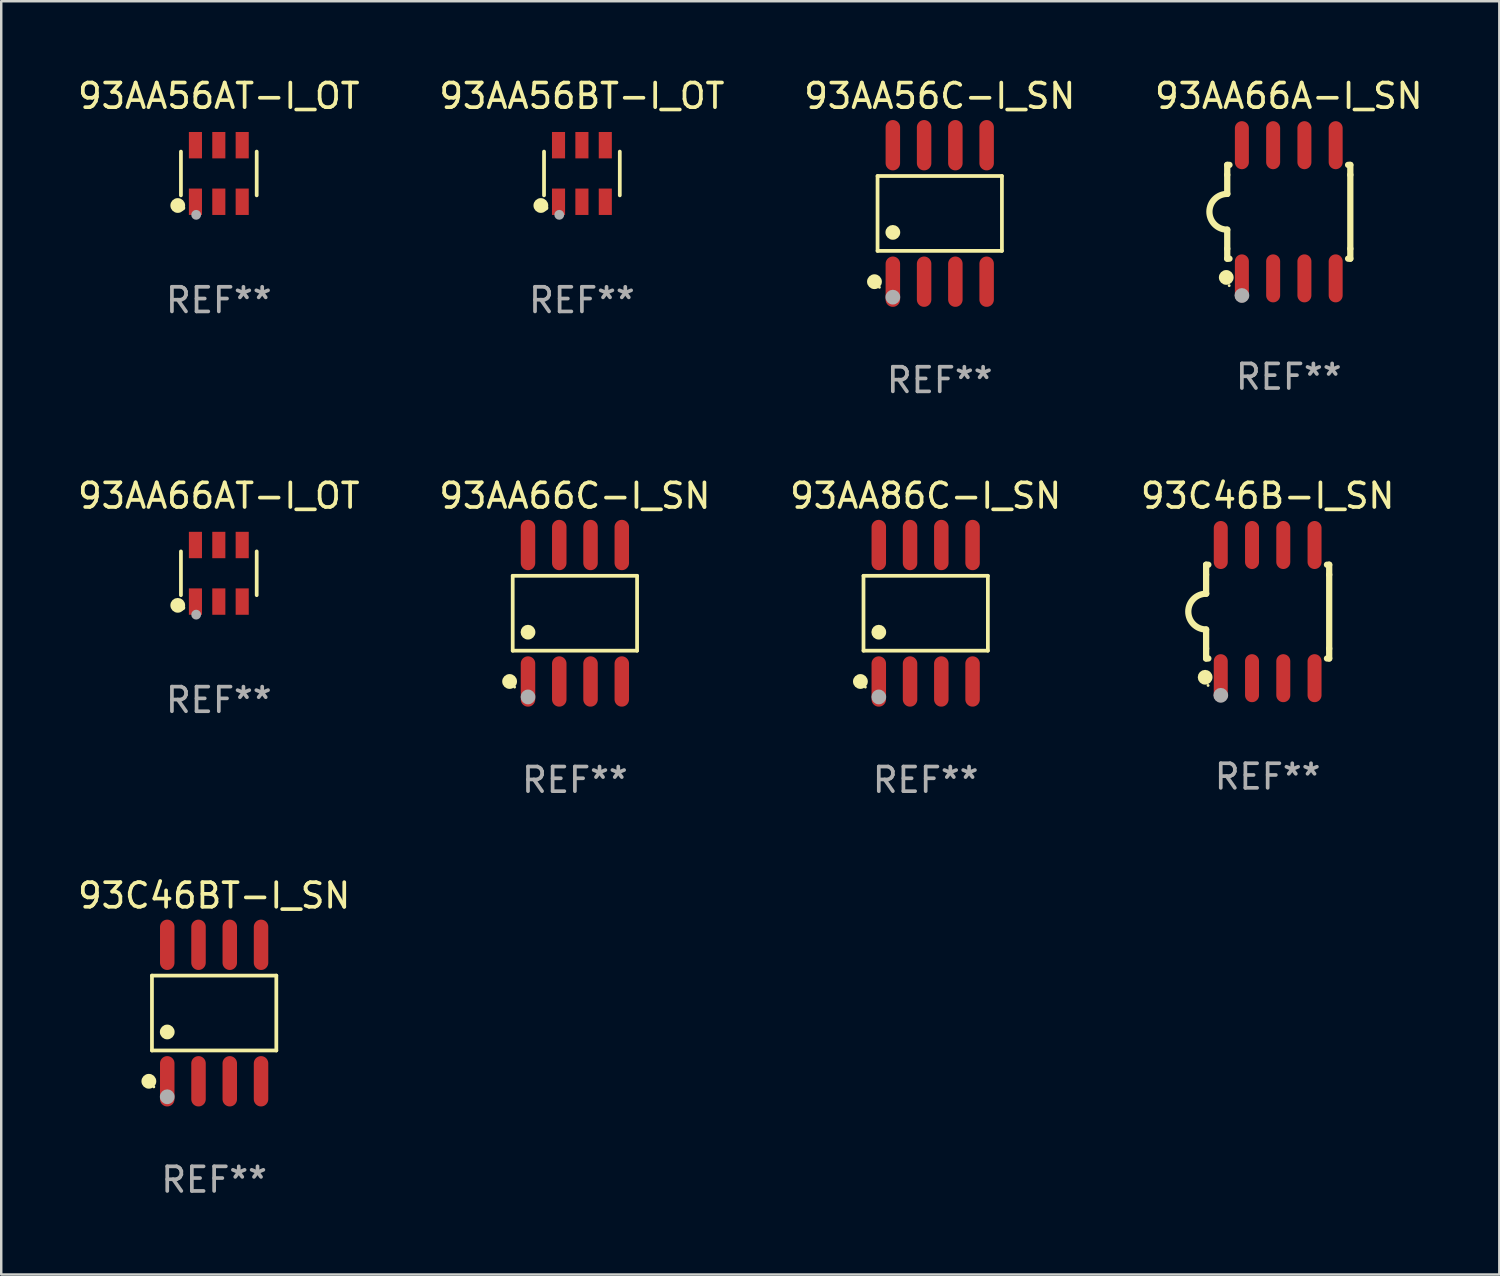
<source format=kicad_pcb>
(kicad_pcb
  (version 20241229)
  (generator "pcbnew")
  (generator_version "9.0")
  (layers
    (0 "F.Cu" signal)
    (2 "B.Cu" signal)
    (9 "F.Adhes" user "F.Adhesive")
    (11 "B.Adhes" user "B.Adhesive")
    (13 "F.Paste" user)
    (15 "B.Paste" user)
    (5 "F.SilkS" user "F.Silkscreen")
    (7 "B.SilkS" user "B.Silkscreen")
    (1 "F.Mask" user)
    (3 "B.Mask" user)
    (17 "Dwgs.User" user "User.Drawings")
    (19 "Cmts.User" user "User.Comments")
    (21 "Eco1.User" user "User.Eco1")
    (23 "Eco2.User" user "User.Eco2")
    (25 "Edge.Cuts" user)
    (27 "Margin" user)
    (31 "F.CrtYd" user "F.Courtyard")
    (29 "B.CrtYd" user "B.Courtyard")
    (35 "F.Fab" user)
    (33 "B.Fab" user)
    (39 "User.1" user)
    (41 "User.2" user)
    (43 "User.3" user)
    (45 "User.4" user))
  (footprint "93C46BT-I_SN"
    (layer "F.Cu")
    (at 5.649 38.103)
    (property "Reference" "93C46BT-I_SN" (at 0 -4.772 0) (layer "F.SilkS") (effects (font (size 1 1) (thickness 0.15))))
    (attr through_hole)
    (fp_line (start -2.526 -1.521) (end 2.526 -1.521) (stroke (width 0.152) (type solid)) (layer "F.SilkS"))
    (fp_line (start -2.526 1.521) (end -2.526 -1.521) (stroke (width 0.152) (type solid)) (layer "F.SilkS"))
    (fp_line (start 2.526 -1.521) (end 2.526 1.521) (stroke (width 0.152) (type solid)) (layer "F.SilkS"))
    (fp_line (start 2.526 1.521) (end -2.526 1.521) (stroke (width 0.152) (type solid)) (layer "F.SilkS"))
    (fp_circle (center -2.652 2.772) (end -2.501 2.772) (stroke (width 0.3) (type solid)) (fill no) (layer "F.SilkS"))
    (fp_circle (center -2.45 3) (end -2.42 3) (stroke (width 0.06) (type solid)) (fill no) (layer "F.SilkS"))
    (fp_circle (center -1.905 0.769) (end -1.755 0.769) (stroke (width 0.3) (type solid)) (fill no) (layer "F.SilkS"))
    (fp_circle (center -1.905 3.4) (end -1.755 3.4) (stroke (width 0.3) (type solid)) (fill no) (layer "F.Fab"))
    (fp_text user "REF**" (at 0 6.772 0) (layer "F.Fab") (effects (font (size 1 1) (thickness 0.15))))
    (pad "1" smd oval (at -1.905 2.772) (size 0.588 2.045) (layers "F.Cu" "F.Mask" "F.Paste"))
    (pad "2" smd oval (at -0.635 2.772) (size 0.588 2.045) (layers "F.Cu" "F.Mask" "F.Paste"))
    (pad "3" smd oval (at 0.635 2.772) (size 0.588 2.045) (layers "F.Cu" "F.Mask" "F.Paste"))
    (pad "4" smd oval (at 1.905 2.772) (size 0.588 2.045) (layers "F.Cu" "F.Mask" "F.Paste"))
    (pad "5" smd oval (at 1.905 -2.772) (size 0.588 2.045) (layers "F.Cu" "F.Mask" "F.Paste"))
    (pad "6" smd oval (at 0.635 -2.772) (size 0.588 2.045) (layers "F.Cu" "F.Mask" "F.Paste"))
    (pad "7" smd oval (at -0.635 -2.772) (size 0.588 2.045) (layers "F.Cu" "F.Mask" "F.Paste"))
    (pad "8" smd oval (at -1.905 -2.772) (size 0.588 2.045) (layers "F.Cu" "F.Mask" "F.Paste")))
  (footprint "93AA56C-I_SN"
    (layer "F.Cu")
    (at 35.125 5.621)
    (property "Reference" "93AA56C-I_SN" (at 0 -4.772 0) (layer "F.SilkS") (effects (font (size 1 1) (thickness 0.15))))
    (attr through_hole)
    (fp_line (start -2.526 -1.521) (end 2.526 -1.521) (stroke (width 0.152) (type solid)) (layer "F.SilkS"))
    (fp_line (start -2.526 1.521) (end -2.526 -1.521) (stroke (width 0.152) (type solid)) (layer "F.SilkS"))
    (fp_line (start 2.526 -1.521) (end 2.526 1.521) (stroke (width 0.152) (type solid)) (layer "F.SilkS"))
    (fp_line (start 2.526 1.521) (end -2.526 1.521) (stroke (width 0.152) (type solid)) (layer "F.SilkS"))
    (fp_circle (center -2.652 2.772) (end -2.501 2.772) (stroke (width 0.3) (type solid)) (fill no) (layer "F.SilkS"))
    (fp_circle (center -2.45 3) (end -2.42 3) (stroke (width 0.06) (type solid)) (fill no) (layer "F.SilkS"))
    (fp_circle (center -1.905 0.769) (end -1.755 0.769) (stroke (width 0.3) (type solid)) (fill no) (layer "F.SilkS"))
    (fp_circle (center -1.905 3.4) (end -1.755 3.4) (stroke (width 0.3) (type solid)) (fill no) (layer "F.Fab"))
    (fp_text user "REF**" (at 0 6.772 0) (layer "F.Fab") (effects (font (size 1 1) (thickness 0.15))))
    (pad "1" smd oval (at -1.905 2.772) (size 0.588 2.045) (layers "F.Cu" "F.Mask" "F.Paste"))
    (pad "2" smd oval (at -0.635 2.772) (size 0.588 2.045) (layers "F.Cu" "F.Mask" "F.Paste"))
    (pad "3" smd oval (at 0.635 2.772) (size 0.588 2.045) (layers "F.Cu" "F.Mask" "F.Paste"))
    (pad "4" smd oval (at 1.905 2.772) (size 0.588 2.045) (layers "F.Cu" "F.Mask" "F.Paste"))
    (pad "5" smd oval (at 1.905 -2.772) (size 0.588 2.045) (layers "F.Cu" "F.Mask" "F.Paste"))
    (pad "6" smd oval (at 0.635 -2.772) (size 0.588 2.045) (layers "F.Cu" "F.Mask" "F.Paste"))
    (pad "7" smd oval (at -0.635 -2.772) (size 0.588 2.045) (layers "F.Cu" "F.Mask" "F.Paste"))
    (pad "8" smd oval (at -1.905 -2.772) (size 0.588 2.045) (layers "F.Cu" "F.Mask" "F.Paste")))
  (footprint "93AA56AT-I_OT"
    (layer "F.Cu")
    (at 5.839 3.997)
    (property "Reference" "93AA56AT-I_OT" (at 0 -3.149 0) (layer "F.SilkS") (effects (font (size 1 1) (thickness 0.15))))
    (attr through_hole)
    (fp_line (start -1.539 0.889) (end -1.539 -0.889) (stroke (width 0.152) (type solid)) (layer "F.SilkS"))
    (fp_line (start 1.539 0.889) (end 1.539 -0.889) (stroke (width 0.152) (type solid)) (layer "F.SilkS"))
    (fp_circle (center -1.668 1.301) (end -1.518 1.301) (stroke (width 0.3) (type solid)) (fill no) (layer "F.SilkS"))
    (fp_circle (center -1.463 1.4) (end -1.413 1.4) (stroke (width 0.1) (type solid)) (fill no) (layer "F.SilkS"))
    (fp_circle (center -0.92 1.68) (end -0.82 1.68) (stroke (width 0.2) (type solid)) (fill no) (layer "F.Fab"))
    (fp_text user "REF**" (at 0 5.149 0) (layer "F.Fab") (effects (font (size 1 1) (thickness 0.15))))
    (pad "1" smd rect (at -0.95 1.149) (size 0.532 1.072) (layers "F.Cu" "F.Mask" "F.Paste"))
    (pad "2" smd rect (at 0 1.149) (size 0.532 1.072) (layers "F.Cu" "F.Mask" "F.Paste"))
    (pad "3" smd rect (at 0.95 1.149) (size 0.532 1.072) (layers "F.Cu" "F.Mask" "F.Paste"))
    (pad "4" smd rect (at 0.95 -1.149) (size 0.532 1.072) (layers "F.Cu" "F.Mask" "F.Paste"))
    (pad "5" smd rect (at 0 -1.149) (size 0.532 1.072) (layers "F.Cu" "F.Mask" "F.Paste"))
    (pad "6" smd rect (at -0.95 -1.149) (size 0.532 1.072) (layers "F.Cu" "F.Mask" "F.Paste")))
  (footprint "93AA66A-I_SN"
    (layer "F.Cu")
    (at 49.304 5.553)
    (property "Reference" "93AA66A-I_SN" (at 0 -4.705 0) (layer "F.SilkS") (effects (font (size 1 1) (thickness 0.15))))
    (attr through_hole)
    (fp_line (start -2.5 -1.905) (end -2.409 -1.905) (stroke (width 0.254) (type solid)) (layer "F.SilkS"))
    (fp_line (start -2.5 -1.5) (end -2.5 -1.905) (stroke (width 0.254) (type solid)) (layer "F.SilkS"))
    (fp_line (start -2.5 -1.5) (end -2.5 -0.726) (stroke (width 0.254) (type solid)) (layer "F.SilkS"))
    (fp_line (start -2.5 1.5) (end -2.5 0.727) (stroke (width 0.254) (type solid)) (layer "F.SilkS"))
    (fp_line (start -2.5 1.5) (end -2.5 1.905) (stroke (width 0.254) (type solid)) (layer "F.SilkS"))
    (fp_line (start -2.5 1.905) (end -2.409 1.905) (stroke (width 0.254) (type solid)) (layer "F.SilkS"))
    (fp_line (start 2.5 -1.905) (end 2.409 -1.905) (stroke (width 0.254) (type solid)) (layer "F.SilkS"))
    (fp_line (start 2.5 -1.5) (end 2.5 -1.905) (stroke (width 0.254) (type solid)) (layer "F.SilkS"))
    (fp_line (start 2.5 -1.5) (end 2.5 1.5) (stroke (width 0.254) (type solid)) (layer "F.SilkS"))
    (fp_line (start 2.5 1.5) (end 2.5 1.905) (stroke (width 0.254) (type solid)) (layer "F.SilkS"))
    (fp_line (start 2.5 1.905) (end 2.409 1.905) (stroke (width 0.254) (type solid)) (layer "F.SilkS"))
    (fp_arc (start -2.5 0.726568) (mid -3.220316 -0.0023) (end -2.495097 -0.726289) (stroke (width 0.254001) (type solid)) (layer "F.SilkS"))
    (fp_circle (center -2.54 2.667) (end -2.39 2.667) (stroke (width 0.3) (type solid)) (fill no) (layer "F.SilkS"))
    (fp_circle (center -2.42 3) (end -2.39 3) (stroke (width 0.06) (type solid)) (fill no) (layer "F.SilkS"))
    (fp_circle (center -1.905 3.4) (end -1.755 3.4) (stroke (width 0.3) (type solid)) (fill no) (layer "F.Fab"))
    (fp_text user "REF**" (at 0 6.705 0) (layer "F.Fab") (effects (font (size 1 1) (thickness 0.15))))
    (pad "1" smd oval (at -1.905 2.705) (size 0.568 1.95) (layers "F.Cu" "F.Mask" "F.Paste"))
    (pad "2" smd oval (at -0.635 2.705) (size 0.568 1.95) (layers "F.Cu" "F.Mask" "F.Paste"))
    (pad "3" smd oval (at 0.635 2.705) (size 0.568 1.95) (layers "F.Cu" "F.Mask" "F.Paste"))
    (pad "4" smd oval (at 1.905 2.705) (size 0.568 1.95) (layers "F.Cu" "F.Mask" "F.Paste"))
    (pad "5" smd oval (at 1.905 -2.705) (size 0.568 1.95) (layers "F.Cu" "F.Mask" "F.Paste"))
    (pad "6" smd oval (at 0.635 -2.705) (size 0.568 1.95) (layers "F.Cu" "F.Mask" "F.Paste"))
    (pad "7" smd oval (at -0.635 -2.705) (size 0.568 1.95) (layers "F.Cu" "F.Mask" "F.Paste"))
    (pad "8" smd oval (at -1.905 -2.705) (size 0.568 1.95) (layers "F.Cu" "F.Mask" "F.Paste")))
  (footprint "93C46B-I_SN"
    (layer "F.Cu")
    (at 48.446 21.795)
    (property "Reference" "93C46B-I_SN" (at 0 -4.705 0) (layer "F.SilkS") (effects (font (size 1 1) (thickness 0.15))))
    (attr through_hole)
    (fp_line (start -2.5 -1.905) (end -2.409 -1.905) (stroke (width 0.254) (type solid)) (layer "F.SilkS"))
    (fp_line (start -2.5 -1.5) (end -2.5 -1.905) (stroke (width 0.254) (type solid)) (layer "F.SilkS"))
    (fp_line (start -2.5 -1.5) (end -2.5 -0.726) (stroke (width 0.254) (type solid)) (layer "F.SilkS"))
    (fp_line (start -2.5 1.5) (end -2.5 0.727) (stroke (width 0.254) (type solid)) (layer "F.SilkS"))
    (fp_line (start -2.5 1.5) (end -2.5 1.905) (stroke (width 0.254) (type solid)) (layer "F.SilkS"))
    (fp_line (start -2.5 1.905) (end -2.409 1.905) (stroke (width 0.254) (type solid)) (layer "F.SilkS"))
    (fp_line (start 2.5 -1.905) (end 2.409 -1.905) (stroke (width 0.254) (type solid)) (layer "F.SilkS"))
    (fp_line (start 2.5 -1.5) (end 2.5 -1.905) (stroke (width 0.254) (type solid)) (layer "F.SilkS"))
    (fp_line (start 2.5 -1.5) (end 2.5 1.5) (stroke (width 0.254) (type solid)) (layer "F.SilkS"))
    (fp_line (start 2.5 1.5) (end 2.5 1.905) (stroke (width 0.254) (type solid)) (layer "F.SilkS"))
    (fp_line (start 2.5 1.905) (end 2.409 1.905) (stroke (width 0.254) (type solid)) (layer "F.SilkS"))
    (fp_arc (start -2.5 0.726568) (mid -3.220316 -0.0023) (end -2.495097 -0.726289) (stroke (width 0.254001) (type solid)) (layer "F.SilkS"))
    (fp_circle (center -2.54 2.667) (end -2.39 2.667) (stroke (width 0.3) (type solid)) (fill no) (layer "F.SilkS"))
    (fp_circle (center -2.42 3) (end -2.39 3) (stroke (width 0.06) (type solid)) (fill no) (layer "F.SilkS"))
    (fp_circle (center -1.905 3.4) (end -1.755 3.4) (stroke (width 0.3) (type solid)) (fill no) (layer "F.Fab"))
    (fp_text user "REF**" (at 0 6.705 0) (layer "F.Fab") (effects (font (size 1 1) (thickness 0.15))))
    (pad "1" smd oval (at -1.905 2.705) (size 0.568 1.95) (layers "F.Cu" "F.Mask" "F.Paste"))
    (pad "2" smd oval (at -0.635 2.705) (size 0.568 1.95) (layers "F.Cu" "F.Mask" "F.Paste"))
    (pad "3" smd oval (at 0.635 2.705) (size 0.568 1.95) (layers "F.Cu" "F.Mask" "F.Paste"))
    (pad "4" smd oval (at 1.905 2.705) (size 0.568 1.95) (layers "F.Cu" "F.Mask" "F.Paste"))
    (pad "5" smd oval (at 1.905 -2.705) (size 0.568 1.95) (layers "F.Cu" "F.Mask" "F.Paste"))
    (pad "6" smd oval (at 0.635 -2.705) (size 0.568 1.95) (layers "F.Cu" "F.Mask" "F.Paste"))
    (pad "7" smd oval (at -0.635 -2.705) (size 0.568 1.95) (layers "F.Cu" "F.Mask" "F.Paste"))
    (pad "8" smd oval (at -1.905 -2.705) (size 0.568 1.95) (layers "F.Cu" "F.Mask" "F.Paste")))
  (footprint "93AA66AT-I_OT"
    (layer "F.Cu")
    (at 5.839 20.239)
    (property "Reference" "93AA66AT-I_OT" (at 0 -3.149 0) (layer "F.SilkS") (effects (font (size 1 1) (thickness 0.15))))
    (attr through_hole)
    (fp_line (start -1.539 0.889) (end -1.539 -0.889) (stroke (width 0.152) (type solid)) (layer "F.SilkS"))
    (fp_line (start 1.539 0.889) (end 1.539 -0.889) (stroke (width 0.152) (type solid)) (layer "F.SilkS"))
    (fp_circle (center -1.668 1.301) (end -1.518 1.301) (stroke (width 0.3) (type solid)) (fill no) (layer "F.SilkS"))
    (fp_circle (center -1.463 1.4) (end -1.413 1.4) (stroke (width 0.1) (type solid)) (fill no) (layer "F.SilkS"))
    (fp_circle (center -0.92 1.68) (end -0.82 1.68) (stroke (width 0.2) (type solid)) (fill no) (layer "F.Fab"))
    (fp_text user "REF**" (at 0 5.149 0) (layer "F.Fab") (effects (font (size 1 1) (thickness 0.15))))
    (pad "1" smd rect (at -0.95 1.149) (size 0.532 1.072) (layers "F.Cu" "F.Mask" "F.Paste"))
    (pad "2" smd rect (at 0 1.149) (size 0.532 1.072) (layers "F.Cu" "F.Mask" "F.Paste"))
    (pad "3" smd rect (at 0.95 1.149) (size 0.532 1.072) (layers "F.Cu" "F.Mask" "F.Paste"))
    (pad "4" smd rect (at 0.95 -1.149) (size 0.532 1.072) (layers "F.Cu" "F.Mask" "F.Paste"))
    (pad "5" smd rect (at 0 -1.149) (size 0.532 1.072) (layers "F.Cu" "F.Mask" "F.Paste"))
    (pad "6" smd rect (at -0.95 -1.149) (size 0.532 1.072) (layers "F.Cu" "F.Mask" "F.Paste")))
  (footprint "93AA86C-I_SN"
    (layer "F.Cu")
    (at 34.554 21.862)
    (property "Reference" "93AA86C-I_SN" (at 0 -4.772 0) (layer "F.SilkS") (effects (font (size 1 1) (thickness 0.15))))
    (attr through_hole)
    (fp_line (start -2.526 -1.521) (end 2.526 -1.521) (stroke (width 0.152) (type solid)) (layer "F.SilkS"))
    (fp_line (start -2.526 1.521) (end -2.526 -1.521) (stroke (width 0.152) (type solid)) (layer "F.SilkS"))
    (fp_line (start 2.526 -1.521) (end 2.526 1.521) (stroke (width 0.152) (type solid)) (layer "F.SilkS"))
    (fp_line (start 2.526 1.521) (end -2.526 1.521) (stroke (width 0.152) (type solid)) (layer "F.SilkS"))
    (fp_circle (center -2.652 2.772) (end -2.501 2.772) (stroke (width 0.3) (type solid)) (fill no) (layer "F.SilkS"))
    (fp_circle (center -2.45 3) (end -2.42 3) (stroke (width 0.06) (type solid)) (fill no) (layer "F.SilkS"))
    (fp_circle (center -1.905 0.769) (end -1.755 0.769) (stroke (width 0.3) (type solid)) (fill no) (layer "F.SilkS"))
    (fp_circle (center -1.905 3.4) (end -1.755 3.4) (stroke (width 0.3) (type solid)) (fill no) (layer "F.Fab"))
    (fp_text user "REF**" (at 0 6.772 0) (layer "F.Fab") (effects (font (size 1 1) (thickness 0.15))))
    (pad "1" smd oval (at -1.905 2.772) (size 0.588 2.045) (layers "F.Cu" "F.Mask" "F.Paste"))
    (pad "2" smd oval (at -0.635 2.772) (size 0.588 2.045) (layers "F.Cu" "F.Mask" "F.Paste"))
    (pad "3" smd oval (at 0.635 2.772) (size 0.588 2.045) (layers "F.Cu" "F.Mask" "F.Paste"))
    (pad "4" smd oval (at 1.905 2.772) (size 0.588 2.045) (layers "F.Cu" "F.Mask" "F.Paste"))
    (pad "5" smd oval (at 1.905 -2.772) (size 0.588 2.045) (layers "F.Cu" "F.Mask" "F.Paste"))
    (pad "6" smd oval (at 0.635 -2.772) (size 0.588 2.045) (layers "F.Cu" "F.Mask" "F.Paste"))
    (pad "7" smd oval (at -0.635 -2.772) (size 0.588 2.045) (layers "F.Cu" "F.Mask" "F.Paste"))
    (pad "8" smd oval (at -1.905 -2.772) (size 0.588 2.045) (layers "F.Cu" "F.Mask" "F.Paste")))
  (footprint "93AA66C-I_SN"
    (layer "F.Cu")
    (at 20.304 21.862)
    (property "Reference" "93AA66C-I_SN" (at 0 -4.772 0) (layer "F.SilkS") (effects (font (size 1 1) (thickness 0.15))))
    (attr through_hole)
    (fp_line (start -2.526 -1.521) (end 2.526 -1.521) (stroke (width 0.152) (type solid)) (layer "F.SilkS"))
    (fp_line (start -2.526 1.521) (end -2.526 -1.521) (stroke (width 0.152) (type solid)) (layer "F.SilkS"))
    (fp_line (start 2.526 -1.521) (end 2.526 1.521) (stroke (width 0.152) (type solid)) (layer "F.SilkS"))
    (fp_line (start 2.526 1.521) (end -2.526 1.521) (stroke (width 0.152) (type solid)) (layer "F.SilkS"))
    (fp_circle (center -2.652 2.772) (end -2.501 2.772) (stroke (width 0.3) (type solid)) (fill no) (layer "F.SilkS"))
    (fp_circle (center -2.45 3) (end -2.42 3) (stroke (width 0.06) (type solid)) (fill no) (layer "F.SilkS"))
    (fp_circle (center -1.905 0.769) (end -1.755 0.769) (stroke (width 0.3) (type solid)) (fill no) (layer "F.SilkS"))
    (fp_circle (center -1.905 3.4) (end -1.755 3.4) (stroke (width 0.3) (type solid)) (fill no) (layer "F.Fab"))
    (fp_text user "REF**" (at 0 6.772 0) (layer "F.Fab") (effects (font (size 1 1) (thickness 0.15))))
    (pad "1" smd oval (at -1.905 2.772) (size 0.588 2.045) (layers "F.Cu" "F.Mask" "F.Paste"))
    (pad "2" smd oval (at -0.635 2.772) (size 0.588 2.045) (layers "F.Cu" "F.Mask" "F.Paste"))
    (pad "3" smd oval (at 0.635 2.772) (size 0.588 2.045) (layers "F.Cu" "F.Mask" "F.Paste"))
    (pad "4" smd oval (at 1.905 2.772) (size 0.588 2.045) (layers "F.Cu" "F.Mask" "F.Paste"))
    (pad "5" smd oval (at 1.905 -2.772) (size 0.588 2.045) (layers "F.Cu" "F.Mask" "F.Paste"))
    (pad "6" smd oval (at 0.635 -2.772) (size 0.588 2.045) (layers "F.Cu" "F.Mask" "F.Paste"))
    (pad "7" smd oval (at -0.635 -2.772) (size 0.588 2.045) (layers "F.Cu" "F.Mask" "F.Paste"))
    (pad "8" smd oval (at -1.905 -2.772) (size 0.588 2.045) (layers "F.Cu" "F.Mask" "F.Paste")))
  (footprint "93AA56BT-I_OT"
    (layer "F.Cu")
    (at 20.589 3.997)
    (property "Reference" "93AA56BT-I_OT" (at 0 -3.149 0) (layer "F.SilkS") (effects (font (size 1 1) (thickness 0.15))))
    (attr through_hole)
    (fp_line (start -1.539 0.889) (end -1.539 -0.889) (stroke (width 0.152) (type solid)) (layer "F.SilkS"))
    (fp_line (start 1.539 0.889) (end 1.539 -0.889) (stroke (width 0.152) (type solid)) (layer "F.SilkS"))
    (fp_circle (center -1.668 1.301) (end -1.518 1.301) (stroke (width 0.3) (type solid)) (fill no) (layer "F.SilkS"))
    (fp_circle (center -1.463 1.4) (end -1.413 1.4) (stroke (width 0.1) (type solid)) (fill no) (layer "F.SilkS"))
    (fp_circle (center -0.92 1.68) (end -0.82 1.68) (stroke (width 0.2) (type solid)) (fill no) (layer "F.Fab"))
    (fp_text user "REF**" (at 0 5.149 0) (layer "F.Fab") (effects (font (size 1 1) (thickness 0.15))))
    (pad "1" smd rect (at -0.95 1.149) (size 0.532 1.072) (layers "F.Cu" "F.Mask" "F.Paste"))
    (pad "2" smd rect (at 0 1.149) (size 0.532 1.072) (layers "F.Cu" "F.Mask" "F.Paste"))
    (pad "3" smd rect (at 0.95 1.149) (size 0.532 1.072) (layers "F.Cu" "F.Mask" "F.Paste"))
    (pad "4" smd rect (at 0.95 -1.149) (size 0.532 1.072) (layers "F.Cu" "F.Mask" "F.Paste"))
    (pad "5" smd rect (at 0 -1.149) (size 0.532 1.072) (layers "F.Cu" "F.Mask" "F.Paste"))
    (pad "6" smd rect (at -0.95 -1.149) (size 0.532 1.072) (layers "F.Cu" "F.Mask" "F.Paste")))
  (gr_rect
    (start -3 -3)
    (end 57.857 48.724)
    (stroke (width 0.1) (type default))
    (fill no)
    (layer "Edge.Cuts")))
</source>
